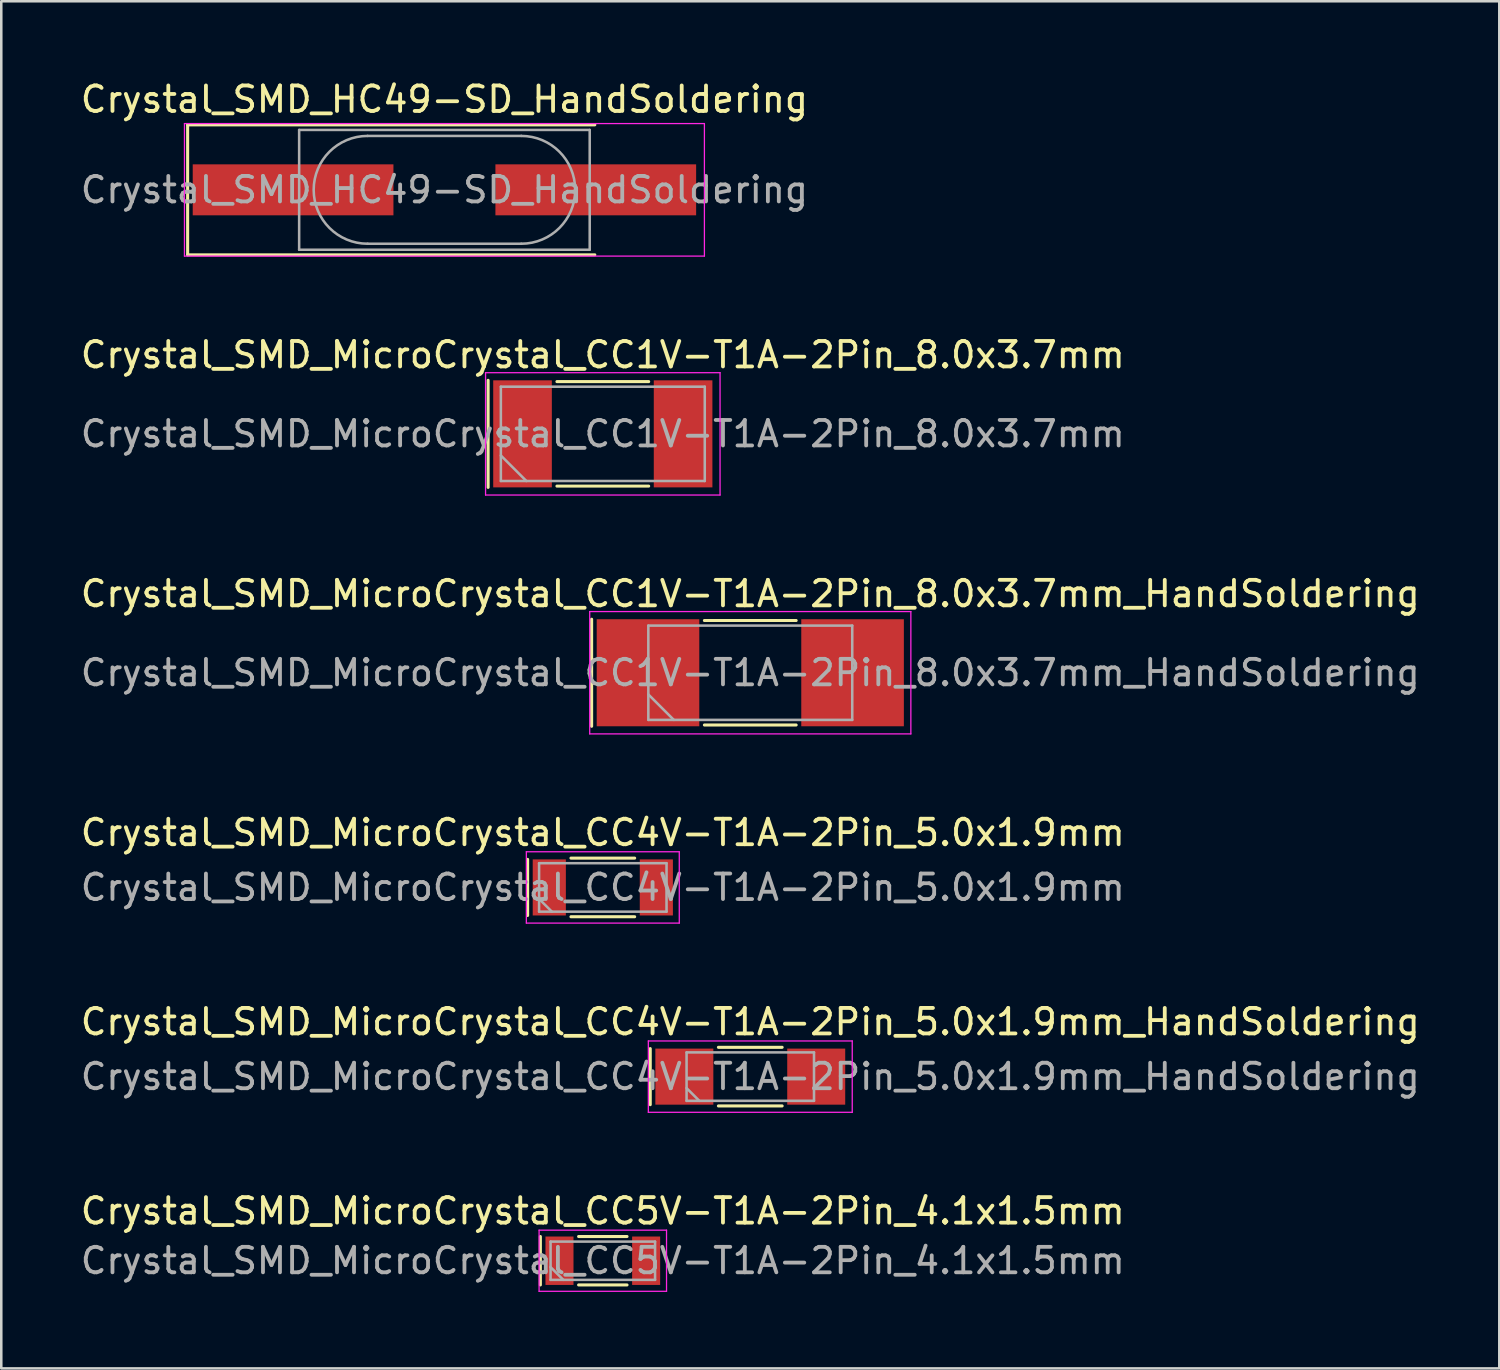
<source format=kicad_pcb>
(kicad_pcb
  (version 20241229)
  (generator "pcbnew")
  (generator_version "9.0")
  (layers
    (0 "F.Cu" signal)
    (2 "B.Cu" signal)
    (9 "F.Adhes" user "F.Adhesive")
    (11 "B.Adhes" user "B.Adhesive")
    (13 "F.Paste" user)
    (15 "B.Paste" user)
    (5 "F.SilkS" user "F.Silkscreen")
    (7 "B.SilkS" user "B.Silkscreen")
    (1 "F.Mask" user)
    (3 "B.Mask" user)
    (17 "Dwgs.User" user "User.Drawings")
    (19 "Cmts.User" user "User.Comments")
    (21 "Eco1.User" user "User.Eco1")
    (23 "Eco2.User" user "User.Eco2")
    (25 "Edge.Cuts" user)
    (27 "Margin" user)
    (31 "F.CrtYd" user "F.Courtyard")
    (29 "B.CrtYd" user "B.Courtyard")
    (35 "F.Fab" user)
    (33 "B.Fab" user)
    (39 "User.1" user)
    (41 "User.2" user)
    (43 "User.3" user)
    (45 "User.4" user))
  (footprint "Crystal_SMD_MicroCrystal_CC4V-T1A-2Pin_5.0x1.9mm"
    (layer "F.Cu")
    (at 20.601 31.768)
    (property "Reference" "Crystal_SMD_MicroCrystal_CC4V-T1A-2Pin_5.0x1.9mm" (at 0 -2.15 0) (layer "F.SilkS") (effects (font (size 1 1) (thickness 0.15))))
    (attr smd)
    (fp_line (start -2.95 -1.1) (end -2.95 1.1) (stroke (width 0.12) (type solid)) (layer "F.SilkS"))
    (fp_line (start -1.25 -1.15) (end 1.25 -1.15) (stroke (width 0.12) (type solid)) (layer "F.SilkS"))
    (fp_line (start -1.25 1.15) (end 1.25 1.15) (stroke (width 0.12) (type solid)) (layer "F.SilkS"))
    (fp_line (start -3 -1.4) (end -3 1.4) (stroke (width 0.05) (type solid)) (layer "F.CrtYd"))
    (fp_line (start -3 1.4) (end 3 1.4) (stroke (width 0.05) (type solid)) (layer "F.CrtYd"))
    (fp_line (start 3 -1.4) (end -3 -1.4) (stroke (width 0.05) (type solid)) (layer "F.CrtYd"))
    (fp_line (start 3 1.4) (end 3 -1.4) (stroke (width 0.05) (type solid)) (layer "F.CrtYd"))
    (fp_line (start -2.5 -0.95) (end -2.5 0.95) (stroke (width 0.1) (type solid)) (layer "F.Fab"))
    (fp_line (start -2.5 0.45) (end -2 0.95) (stroke (width 0.1) (type solid)) (layer "F.Fab"))
    (fp_line (start -2.5 0.95) (end 2.5 0.95) (stroke (width 0.1) (type solid)) (layer "F.Fab"))
    (fp_line (start 2.5 -0.95) (end -2.5 -0.95) (stroke (width 0.1) (type solid)) (layer "F.Fab"))
    (fp_line (start 2.5 0.95) (end 2.5 -0.95) (stroke (width 0.1) (type solid)) (layer "F.Fab"))
    (fp_text user "${REFERENCE}" (at 0 0 0) (layer "F.Fab") (effects (font (size 1 1) (thickness 0.15))))
    (pad "1" smd rect (at -2.1 0) (size 1.3 2.2) (layers "F.Cu" "F.Mask" "F.Paste"))
    (pad "2" smd rect (at 2.1 0) (size 1.3 2.2) (layers "F.Cu" "F.Mask" "F.Paste")))
  (footprint "Crystal_SMD_MicroCrystal_CC1V-T1A-2Pin_8.0x3.7mm"
    (layer "F.Cu")
    (at 20.601 13.972)
    (property "Reference" "Crystal_SMD_MicroCrystal_CC1V-T1A-2Pin_8.0x3.7mm" (at 0 -3.1 0) (layer "F.SilkS") (effects (font (size 1 1) (thickness 0.15))))
    (attr smd)
    (fp_line (start -4.5 -2.1) (end -4.5 2.1) (stroke (width 0.12) (type solid)) (layer "F.SilkS"))
    (fp_line (start -1.8 -2.05) (end 1.8 -2.05) (stroke (width 0.12) (type solid)) (layer "F.SilkS"))
    (fp_line (start -1.8 2.05) (end 1.8 2.05) (stroke (width 0.12) (type solid)) (layer "F.SilkS"))
    (fp_line (start -4.6 -2.4) (end -4.6 2.4) (stroke (width 0.05) (type solid)) (layer "F.CrtYd"))
    (fp_line (start -4.6 2.4) (end 4.6 2.4) (stroke (width 0.05) (type solid)) (layer "F.CrtYd"))
    (fp_line (start 4.6 -2.4) (end -4.6 -2.4) (stroke (width 0.05) (type solid)) (layer "F.CrtYd"))
    (fp_line (start 4.6 2.4) (end 4.6 -2.4) (stroke (width 0.05) (type solid)) (layer "F.CrtYd"))
    (fp_line (start -4 -1.85) (end -4 1.85) (stroke (width 0.1) (type solid)) (layer "F.Fab"))
    (fp_line (start -4 0.85) (end -3 1.85) (stroke (width 0.1) (type solid)) (layer "F.Fab"))
    (fp_line (start -4 1.85) (end 4 1.85) (stroke (width 0.1) (type solid)) (layer "F.Fab"))
    (fp_line (start 4 -1.85) (end -4 -1.85) (stroke (width 0.1) (type solid)) (layer "F.Fab"))
    (fp_line (start 4 1.85) (end 4 -1.85) (stroke (width 0.1) (type solid)) (layer "F.Fab"))
    (fp_text user "${REFERENCE}" (at 0 0 0) (layer "F.Fab") (effects (font (size 1 1) (thickness 0.15))))
    (pad "1" smd rect (at -3.15 0) (size 2.3 4.2) (layers "F.Cu" "F.Mask" "F.Paste"))
    (pad "2" smd rect (at 3.15 0) (size 2.3 4.2) (layers "F.Cu" "F.Mask" "F.Paste")))
  (footprint "Crystal_SMD_MicroCrystal_CC1V-T1A-2Pin_8.0x3.7mm_HandSoldering"
    (layer "F.Cu")
    (at 26.387 23.345)
    (property "Reference" "Crystal_SMD_MicroCrystal_CC1V-T1A-2Pin_8.0x3.7mm_HandSoldering" (at 0 -3.1 0) (layer "F.SilkS") (effects (font (size 1 1) (thickness 0.15))))
    (attr smd)
    (fp_line (start -6.225 -2.1) (end -6.225 2.1) (stroke (width 0.12) (type solid)) (layer "F.SilkS"))
    (fp_line (start -1.8 -2.05) (end 1.8 -2.05) (stroke (width 0.12) (type solid)) (layer "F.SilkS"))
    (fp_line (start -1.8 2.05) (end 1.8 2.05) (stroke (width 0.12) (type solid)) (layer "F.SilkS"))
    (fp_line (start -6.3 -2.4) (end -6.3 2.4) (stroke (width 0.05) (type solid)) (layer "F.CrtYd"))
    (fp_line (start -6.3 2.4) (end 6.3 2.4) (stroke (width 0.05) (type solid)) (layer "F.CrtYd"))
    (fp_line (start 6.3 -2.4) (end -6.3 -2.4) (stroke (width 0.05) (type solid)) (layer "F.CrtYd"))
    (fp_line (start 6.3 2.4) (end 6.3 -2.4) (stroke (width 0.05) (type solid)) (layer "F.CrtYd"))
    (fp_line (start -4 -1.85) (end -4 1.85) (stroke (width 0.1) (type solid)) (layer "F.Fab"))
    (fp_line (start -4 0.85) (end -3 1.85) (stroke (width 0.1) (type solid)) (layer "F.Fab"))
    (fp_line (start -4 1.85) (end 4 1.85) (stroke (width 0.1) (type solid)) (layer "F.Fab"))
    (fp_line (start 4 -1.85) (end -4 -1.85) (stroke (width 0.1) (type solid)) (layer "F.Fab"))
    (fp_line (start 4 1.85) (end 4 -1.85) (stroke (width 0.1) (type solid)) (layer "F.Fab"))
    (fp_text user "${REFERENCE}" (at 0 0 0) (layer "F.Fab") (effects (font (size 1 1) (thickness 0.15))))
    (pad "1" smd rect (at -4.013 0) (size 4.025 4.2) (layers "F.Cu" "F.Mask" "F.Paste"))
    (pad "2" smd rect (at 4.013 0) (size 4.025 4.2) (layers "F.Cu" "F.Mask" "F.Paste")))
  (footprint "Crystal_SMD_MicroCrystal_CC4V-T1A-2Pin_5.0x1.9mm_HandSoldering"
    (layer "F.Cu")
    (at 26.387 39.191)
    (property "Reference" "Crystal_SMD_MicroCrystal_CC4V-T1A-2Pin_5.0x1.9mm_HandSoldering" (at 0 -2.15 0) (layer "F.SilkS") (effects (font (size 1 1) (thickness 0.15))))
    (attr smd)
    (fp_line (start -3.925 -1.1) (end -3.925 1.1) (stroke (width 0.12) (type solid)) (layer "F.SilkS"))
    (fp_line (start -1.25 -1.15) (end 1.25 -1.15) (stroke (width 0.12) (type solid)) (layer "F.SilkS"))
    (fp_line (start -1.25 1.15) (end 1.25 1.15) (stroke (width 0.12) (type solid)) (layer "F.SilkS"))
    (fp_line (start -4 -1.4) (end -4 1.4) (stroke (width 0.05) (type solid)) (layer "F.CrtYd"))
    (fp_line (start -4 1.4) (end 4 1.4) (stroke (width 0.05) (type solid)) (layer "F.CrtYd"))
    (fp_line (start 4 -1.4) (end -4 -1.4) (stroke (width 0.05) (type solid)) (layer "F.CrtYd"))
    (fp_line (start 4 1.4) (end 4 -1.4) (stroke (width 0.05) (type solid)) (layer "F.CrtYd"))
    (fp_line (start -2.5 -0.95) (end -2.5 0.95) (stroke (width 0.1) (type solid)) (layer "F.Fab"))
    (fp_line (start -2.5 0.45) (end -2 0.95) (stroke (width 0.1) (type solid)) (layer "F.Fab"))
    (fp_line (start -2.5 0.95) (end 2.5 0.95) (stroke (width 0.1) (type solid)) (layer "F.Fab"))
    (fp_line (start 2.5 -0.95) (end -2.5 -0.95) (stroke (width 0.1) (type solid)) (layer "F.Fab"))
    (fp_line (start 2.5 0.95) (end 2.5 -0.95) (stroke (width 0.1) (type solid)) (layer "F.Fab"))
    (fp_text user "${REFERENCE}" (at 0 0 0) (layer "F.Fab") (effects (font (size 1 1) (thickness 0.15))))
    (pad "1" smd rect (at -2.587 0) (size 2.275 2.2) (layers "F.Cu" "F.Mask" "F.Paste"))
    (pad "2" smd rect (at 2.587 0) (size 2.275 2.2) (layers "F.Cu" "F.Mask" "F.Paste")))
  (footprint "Crystal_SMD_MicroCrystal_CC5V-T1A-2Pin_4.1x1.5mm"
    (layer "F.Cu")
    (at 20.601 46.414)
    (property "Reference" "Crystal_SMD_MicroCrystal_CC5V-T1A-2Pin_4.1x1.5mm" (at 0 -1.95 0) (layer "F.SilkS") (effects (font (size 1 1) (thickness 0.15))))
    (attr smd)
    (fp_line (start -2.45 -0.95) (end -2.45 0.95) (stroke (width 0.12) (type solid)) (layer "F.SilkS"))
    (fp_line (start -0.95 -0.95) (end 0.95 -0.95) (stroke (width 0.12) (type solid)) (layer "F.SilkS"))
    (fp_line (start -0.95 0.95) (end 0.95 0.95) (stroke (width 0.12) (type solid)) (layer "F.SilkS"))
    (fp_line (start -2.5 -1.2) (end -2.5 1.2) (stroke (width 0.05) (type solid)) (layer "F.CrtYd"))
    (fp_line (start -2.5 1.2) (end 2.5 1.2) (stroke (width 0.05) (type solid)) (layer "F.CrtYd"))
    (fp_line (start 2.5 -1.2) (end -2.5 -1.2) (stroke (width 0.05) (type solid)) (layer "F.CrtYd"))
    (fp_line (start 2.5 1.2) (end 2.5 -1.2) (stroke (width 0.05) (type solid)) (layer "F.CrtYd"))
    (fp_line (start -2.05 -0.75) (end -2.05 0.75) (stroke (width 0.1) (type solid)) (layer "F.Fab"))
    (fp_line (start -2.05 0.25) (end -1.55 0.75) (stroke (width 0.1) (type solid)) (layer "F.Fab"))
    (fp_line (start -2.05 0.75) (end 2.05 0.75) (stroke (width 0.1) (type solid)) (layer "F.Fab"))
    (fp_line (start 2.05 -0.75) (end -2.05 -0.75) (stroke (width 0.1) (type solid)) (layer "F.Fab"))
    (fp_line (start 2.05 0.75) (end 2.05 -0.75) (stroke (width 0.1) (type solid)) (layer "F.Fab"))
    (fp_text user "${REFERENCE}" (at 0 0 0) (layer "F.Fab") (effects (font (size 1 1) (thickness 0.15))))
    (pad "1" smd rect (at -1.7 0) (size 1.1 1.9) (layers "F.Cu" "F.Mask" "F.Paste"))
    (pad "2" smd rect (at 1.7 0) (size 1.1 1.9) (layers "F.Cu" "F.Mask" "F.Paste")))
  (footprint "Crystal_SMD_HC49-SD_HandSoldering"
    (layer "F.Cu")
    (at 14.387 4.398)
    (property "Reference" "Crystal_SMD_HC49-SD_HandSoldering" (at 0 -3.55 0) (layer "F.SilkS") (effects (font (size 1 1) (thickness 0.15))))
    (attr smd)
    (fp_line (start -10.075 -2.55) (end -10.075 2.55) (stroke (width 0.12) (type solid)) (layer "F.SilkS"))
    (fp_line (start -10.075 2.55) (end 5.9 2.55) (stroke (width 0.12) (type solid)) (layer "F.SilkS"))
    (fp_line (start 5.9 -2.55) (end -10.075 -2.55) (stroke (width 0.12) (type solid)) (layer "F.SilkS"))
    (fp_line (start -10.2 -2.6) (end -10.2 2.6) (stroke (width 0.05) (type solid)) (layer "F.CrtYd"))
    (fp_line (start -10.2 2.6) (end 10.2 2.6) (stroke (width 0.05) (type solid)) (layer "F.CrtYd"))
    (fp_line (start 10.2 -2.6) (end -10.2 -2.6) (stroke (width 0.05) (type solid)) (layer "F.CrtYd"))
    (fp_line (start 10.2 2.6) (end 10.2 -2.6) (stroke (width 0.05) (type solid)) (layer "F.CrtYd"))
    (fp_line (start -5.7 -2.35) (end -5.7 2.35) (stroke (width 0.1) (type solid)) (layer "F.Fab"))
    (fp_line (start -5.7 2.35) (end 5.7 2.35) (stroke (width 0.1) (type solid)) (layer "F.Fab"))
    (fp_line (start -3.015 -2.115) (end 3.015 -2.115) (stroke (width 0.1) (type solid)) (layer "F.Fab"))
    (fp_line (start -3.015 2.115) (end 3.015 2.115) (stroke (width 0.1) (type solid)) (layer "F.Fab"))
    (fp_line (start 5.7 -2.35) (end -5.7 -2.35) (stroke (width 0.1) (type solid)) (layer "F.Fab"))
    (fp_line (start 5.7 2.35) (end 5.7 -2.35) (stroke (width 0.1) (type solid)) (layer "F.Fab"))
    (fp_arc (start -3.015 2.115) (mid -5.13 0) (end -3.015 -2.115) (stroke (width 0.1) (type solid)) (layer "F.Fab"))
    (fp_arc (start 3.015 -2.115) (mid 5.13 0) (end 3.015 2.115) (stroke (width 0.1) (type solid)) (layer "F.Fab"))
    (fp_text user "${REFERENCE}" (at 0 0 0) (layer "F.Fab") (effects (font (size 1 1) (thickness 0.15))))
    (pad "1" smd rect (at -5.938 0) (size 7.875 2) (layers "F.Cu" "F.Mask" "F.Paste"))
    (pad "2" smd rect (at 5.938 0) (size 7.875 2) (layers "F.Cu" "F.Mask" "F.Paste")))
  (gr_rect
    (start -3 -3)
    (end 55.774 50.639)
    (stroke (width 0.1) (type default))
    (fill no)
    (layer "Edge.Cuts")))
</source>
